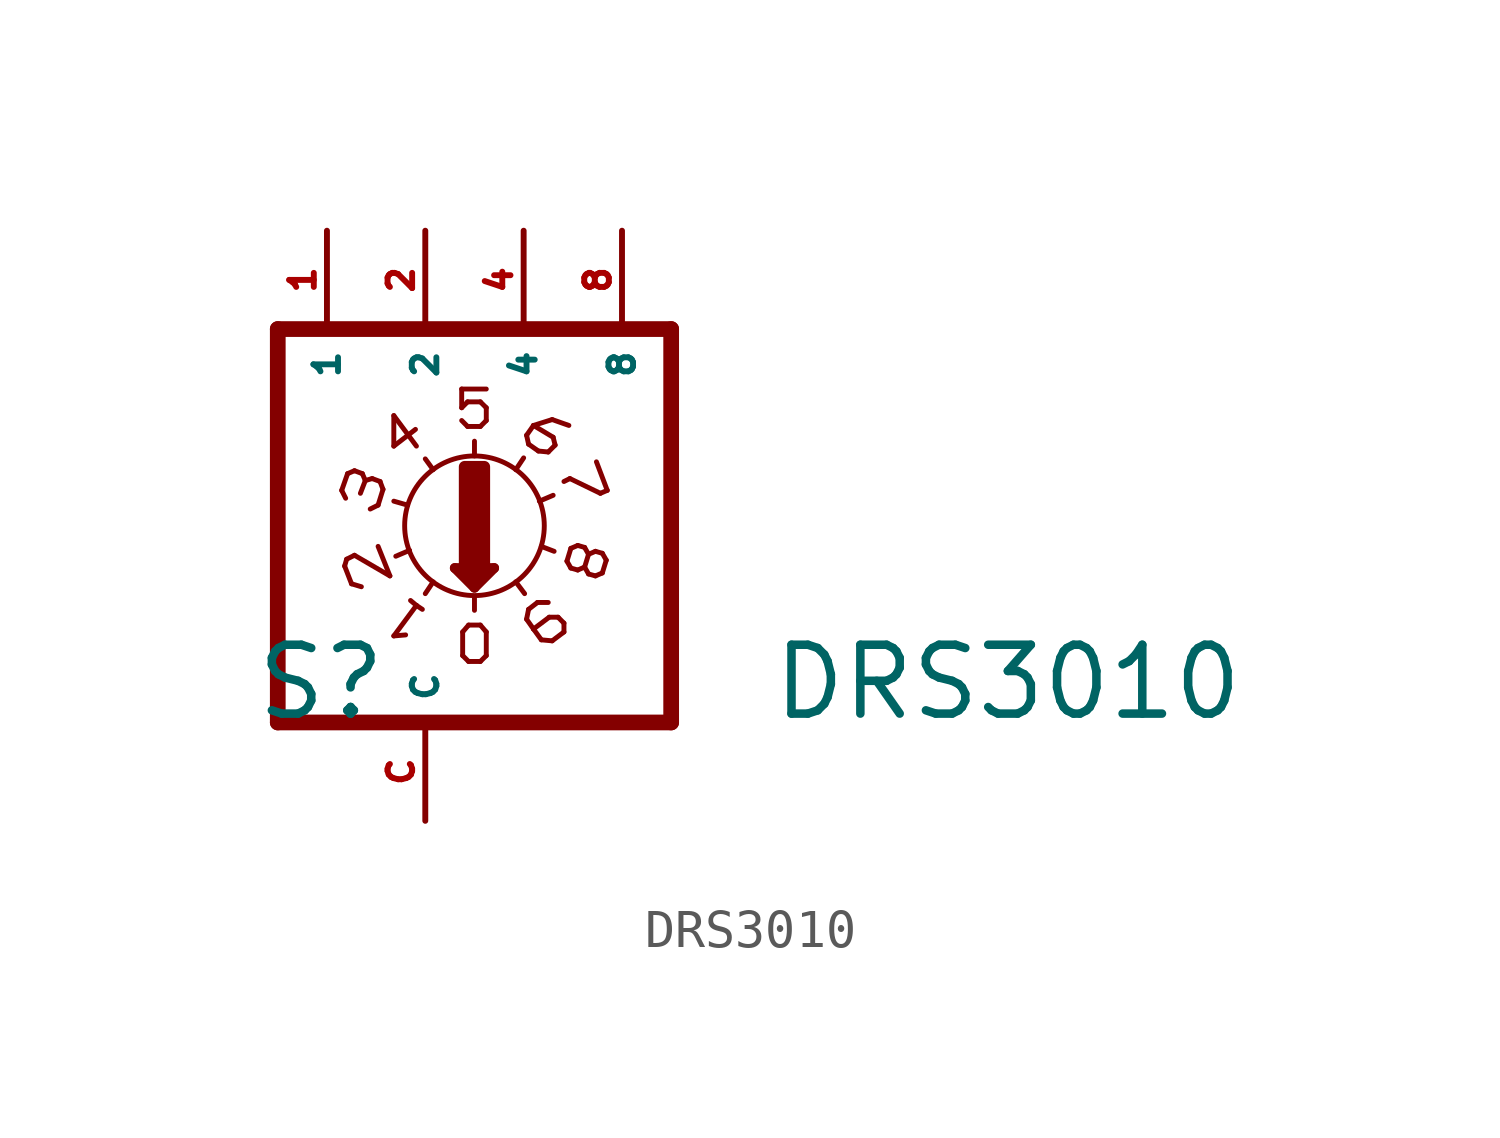
<source format=kicad_sym>
(kicad_symbol_lib
  (version 20220914)
  (generator Eagle2Kicad)
  (symbol "DRS3010"
    (property "Reference" "S"
      (at -4.445 -5.08 0)
      (effects (font (size 1.778 1.778) (thickness 0.22)) (justify left bottom)))
    (property "Value" "DRS3010"
      (at 8.89 -5.08 0)
      (effects (font (size 1.778 1.778) (thickness 0.22)) (justify left bottom)))
    (polyline
      (pts (xy 6.35 -5.08) (xy 6.35 5.08))
      (stroke (width 0.406) (type default))
      (fill (type none)))
    (polyline
      (pts (xy 1.27 1.803) (xy 1.27 2.184))
      (stroke (width 0.127) (type default))
      (fill (type none)))
    (polyline
      (pts (xy 0.762 -1.092) (xy 1.27 -1.6))
      (stroke (width 0.254) (type default))
      (fill (type none)))
    (polyline
      (pts (xy 1.27 -1.6) (xy 1.778 -1.092))
      (stroke (width 0.254) (type default))
      (fill (type none)))
    (polyline
      (pts (xy 1.778 -1.092) (xy 0.762 -1.092))
      (stroke (width 0.254) (type default))
      (fill (type none)))
    (polyline
      (pts (xy 1.27 -1.829) (xy 1.27 -2.184))
      (stroke (width 0.127) (type default))
      (fill (type none)))
    (polyline
      (pts (xy 1.016 -1.219) (xy 1.524 -1.219))
      (stroke (width 0.254) (type default))
      (fill (type none)))
    (polyline
      (pts (xy 1.27 -1.473) (xy 1.27 -1.346))
      (stroke (width 0.254) (type default))
      (fill (type none)))
    (polyline
      (pts (xy -3.81 -5.08) (xy -3.81 5.08))
      (stroke (width 0.406) (type default))
      (fill (type none)))
    (polyline
      (pts (xy 1.118 -3.505) (xy 1.422 -3.505))
      (stroke (width 0.127) (type default))
      (fill (type none)))
    (polyline
      (pts (xy 1.422 -3.505) (xy 1.575 -3.353))
      (stroke (width 0.127) (type default))
      (fill (type none)))
    (polyline
      (pts (xy 1.575 -3.353) (xy 1.575 -2.743))
      (stroke (width 0.127) (type default))
      (fill (type none)))
    (polyline
      (pts (xy 1.575 -2.743) (xy 1.422 -2.565))
      (stroke (width 0.127) (type default))
      (fill (type none)))
    (polyline
      (pts (xy 1.422 -2.565) (xy 1.118 -2.565))
      (stroke (width 0.127) (type default))
      (fill (type none)))
    (polyline
      (pts (xy 1.118 -2.565) (xy 0.965 -2.743))
      (stroke (width 0.127) (type default))
      (fill (type none)))
    (polyline
      (pts (xy 0.965 -2.743) (xy 0.965 -3.353))
      (stroke (width 0.127) (type default))
      (fill (type none)))
    (polyline
      (pts (xy 0.965 -3.353) (xy 1.118 -3.505))
      (stroke (width 0.127) (type default))
      (fill (type none)))
    (polyline
      (pts (xy 0.94 2.718) (xy 1.092 2.565))
      (stroke (width 0.127) (type default))
      (fill (type none)))
    (polyline
      (pts (xy 1.092 2.565) (xy 1.422 2.565))
      (stroke (width 0.127) (type default))
      (fill (type none)))
    (polyline
      (pts (xy 1.422 2.565) (xy 1.575 2.718))
      (stroke (width 0.127) (type default))
      (fill (type none)))
    (polyline
      (pts (xy 1.575 3.048) (xy 1.575 2.718))
      (stroke (width 0.127) (type default))
      (fill (type none)))
    (polyline
      (pts (xy 1.575 3.048) (xy 1.422 3.2))
      (stroke (width 0.127) (type default))
      (fill (type none)))
    (polyline
      (pts (xy 1.422 3.2) (xy 1.092 3.2))
      (stroke (width 0.127) (type default))
      (fill (type none)))
    (polyline
      (pts (xy 1.092 3.2) (xy 0.94 3.048))
      (stroke (width 0.127) (type default))
      (fill (type none)))
    (polyline
      (pts (xy 0.94 3.048) (xy 0.94 3.531))
      (stroke (width 0.127) (type default))
      (fill (type none)))
    (polyline
      (pts (xy 1.575 3.531) (xy 0.94 3.531))
      (stroke (width 0.127) (type default))
      (fill (type none)))
    (polyline
      (pts (xy -0.381 -1.93) (xy -0.229 -2.057))
      (stroke (width 0.127) (type default))
      (fill (type none)))
    (polyline
      (pts (xy 0.203 -1.448) (xy 0 -1.753))
      (stroke (width 0.127) (type default))
      (fill (type none)))
    (polyline
      (pts (xy -0.229 -2.057) (xy -0.813 -2.845))
      (stroke (width 0.127) (type default))
      (fill (type none)))
    (polyline
      (pts (xy -0.229 -2.057) (xy -0.076 -2.159))
      (stroke (width 0.127) (type default))
      (fill (type none)))
    (polyline
      (pts (xy -0.813 -2.845) (xy -0.508 -2.819))
      (stroke (width 0.127) (type default))
      (fill (type none)))
    (polyline
      (pts (xy -1.219 -0.533) (xy -0.914 -1.295))
      (stroke (width 0.127) (type default))
      (fill (type none)))
    (polyline
      (pts (xy -0.914 -1.295) (xy -1.829 -0.762))
      (stroke (width 0.127) (type default))
      (fill (type none)))
    (polyline
      (pts (xy -1.829 -0.762) (xy -2.032 -0.864))
      (stroke (width 0.127) (type default))
      (fill (type none)))
    (polyline
      (pts (xy -2.032 -0.864) (xy -2.083 -1.041))
      (stroke (width 0.127) (type default))
      (fill (type none)))
    (polyline
      (pts (xy -2.083 -1.041) (xy -1.905 -1.499))
      (stroke (width 0.127) (type default))
      (fill (type none)))
    (polyline
      (pts (xy -1.905 -1.499) (xy -1.651 -1.575))
      (stroke (width 0.127) (type default))
      (fill (type none)))
    (polyline
      (pts (xy -0.406 -0.635) (xy -0.762 -0.787))
      (stroke (width 0.127) (type default))
      (fill (type none)))
    (polyline
      (pts (xy -0.457 0.533) (xy -0.813 0.635))
      (stroke (width 0.127) (type default))
      (fill (type none)))
    (polyline
      (pts (xy -1.219 0.533) (xy -1.092 0.94))
      (stroke (width 0.127) (type default))
      (fill (type none)))
    (polyline
      (pts (xy -1.092 0.94) (xy -1.168 1.143))
      (stroke (width 0.127) (type default))
      (fill (type none)))
    (polyline
      (pts (xy -1.168 1.143) (xy -1.372 1.219))
      (stroke (width 0.127) (type default))
      (fill (type none)))
    (polyline
      (pts (xy -1.549 1.168) (xy -1.626 1.346))
      (stroke (width 0.127) (type default))
      (fill (type none)))
    (polyline
      (pts (xy -1.549 1.168) (xy -1.676 0.838))
      (stroke (width 0.127) (type default))
      (fill (type none)))
    (polyline
      (pts (xy -1.626 1.346) (xy -1.829 1.422))
      (stroke (width 0.127) (type default))
      (fill (type none)))
    (polyline
      (pts (xy -1.829 1.422) (xy -2.007 1.346))
      (stroke (width 0.127) (type default))
      (fill (type none)))
    (polyline
      (pts (xy -2.007 1.346) (xy -2.159 0.914))
      (stroke (width 0.127) (type default))
      (fill (type none)))
    (polyline
      (pts (xy -2.159 0.914) (xy -2.057 0.711))
      (stroke (width 0.127) (type default))
      (fill (type none)))
    (polyline
      (pts (xy -1.219 0.533) (xy -1.422 0.432))
      (stroke (width 0.127) (type default))
      (fill (type none)))
    (polyline
      (pts (xy -1.372 1.219) (xy -1.549 1.168))
      (stroke (width 0.127) (type default))
      (fill (type none)))
    (polyline
      (pts (xy -0.813 2.845) (xy -0.813 2.057))
      (stroke (width 0.127) (type default))
      (fill (type none)))
    (polyline
      (pts (xy -0.813 2.057) (xy -0.254 2.489))
      (stroke (width 0.127) (type default))
      (fill (type none)))
    (polyline
      (pts (xy -0.813 2.845) (xy -0.229 2.057))
      (stroke (width 0.127) (type default))
      (fill (type none)))
    (polyline
      (pts (xy 0.203 1.448) (xy 0 1.727))
      (stroke (width 0.127) (type default))
      (fill (type none)))
    (polyline
      (pts (xy 2.337 1.448) (xy 2.54 1.753))
      (stroke (width 0.127) (type default))
      (fill (type none)))
    (polyline
      (pts (xy 2.946 0.635) (xy 3.302 0.787))
      (stroke (width 0.127) (type default))
      (fill (type none)))
    (polyline
      (pts (xy 2.667 2.108) (xy 2.921 1.93))
      (stroke (width 0.127) (type default))
      (fill (type none)))
    (polyline
      (pts (xy 2.921 1.93) (xy 3.175 1.905))
      (stroke (width 0.127) (type default))
      (fill (type none)))
    (polyline
      (pts (xy 3.175 1.905) (xy 3.353 2.083))
      (stroke (width 0.127) (type default))
      (fill (type none)))
    (polyline
      (pts (xy 3.353 2.083) (xy 3.302 2.286))
      (stroke (width 0.127) (type default))
      (fill (type none)))
    (polyline
      (pts (xy 3.302 2.286) (xy 2.794 2.591))
      (stroke (width 0.127) (type default))
      (fill (type none)))
    (polyline
      (pts (xy 2.794 2.591) (xy 3.277 2.743))
      (stroke (width 0.127) (type default))
      (fill (type none)))
    (polyline
      (pts (xy 3.277 2.743) (xy 3.708 2.591))
      (stroke (width 0.127) (type default))
      (fill (type none)))
    (polyline
      (pts (xy 2.667 2.108) (xy 2.616 2.337))
      (stroke (width 0.127) (type default))
      (fill (type none)))
    (polyline
      (pts (xy 2.616 2.337) (xy 2.794 2.591))
      (stroke (width 0.127) (type default))
      (fill (type none)))
    (polyline
      (pts (xy 4.42 1.651) (xy 4.699 0.914))
      (stroke (width 0.127) (type default))
      (fill (type none)))
    (polyline
      (pts (xy 4.699 0.914) (xy 4.521 0.838))
      (stroke (width 0.127) (type default))
      (fill (type none)))
    (polyline
      (pts (xy 4.521 0.838) (xy 3.734 1.219))
      (stroke (width 0.127) (type default))
      (fill (type none)))
    (polyline
      (pts (xy 3.734 1.219) (xy 3.581 1.143))
      (stroke (width 0.127) (type default))
      (fill (type none)))
    (polyline
      (pts (xy 4.216 -0.737) (xy 4.115 -0.559))
      (stroke (width 0.127) (type default))
      (fill (type none)))
    (polyline
      (pts (xy 4.115 -0.559) (xy 3.937 -0.508))
      (stroke (width 0.127) (type default))
      (fill (type none)))
    (polyline
      (pts (xy 3.937 -0.508) (xy 3.759 -0.584))
      (stroke (width 0.127) (type default))
      (fill (type none)))
    (polyline
      (pts (xy 4.115 -1.067) (xy 4.216 -0.737))
      (stroke (width 0.127) (type default))
      (fill (type none)))
    (polyline
      (pts (xy 3.759 -0.584) (xy 3.658 -0.914))
      (stroke (width 0.127) (type default))
      (fill (type none)))
    (polyline
      (pts (xy 3.658 -0.914) (xy 3.759 -1.092))
      (stroke (width 0.127) (type default))
      (fill (type none)))
    (polyline
      (pts (xy 3.759 -1.092) (xy 3.937 -1.143))
      (stroke (width 0.127) (type default))
      (fill (type none)))
    (polyline
      (pts (xy 3.937 -1.143) (xy 4.115 -1.067))
      (stroke (width 0.127) (type default))
      (fill (type none)))
    (polyline
      (pts (xy 4.674 -0.889) (xy 4.572 -0.711))
      (stroke (width 0.127) (type default))
      (fill (type none)))
    (polyline
      (pts (xy 4.572 -0.711) (xy 4.394 -0.66))
      (stroke (width 0.127) (type default))
      (fill (type none)))
    (polyline
      (pts (xy 4.394 -0.66) (xy 4.216 -0.737))
      (stroke (width 0.127) (type default))
      (fill (type none)))
    (polyline
      (pts (xy 4.572 -1.219) (xy 4.674 -0.889))
      (stroke (width 0.127) (type default))
      (fill (type none)))
    (polyline
      (pts (xy 4.115 -1.067) (xy 4.216 -1.245))
      (stroke (width 0.127) (type default))
      (fill (type none)))
    (polyline
      (pts (xy 4.216 -1.245) (xy 4.394 -1.295))
      (stroke (width 0.127) (type default))
      (fill (type none)))
    (polyline
      (pts (xy 4.394 -1.295) (xy 4.572 -1.219))
      (stroke (width 0.127) (type default))
      (fill (type none)))
    (polyline
      (pts (xy 2.667 -2.159) (xy 2.896 -1.981))
      (stroke (width 0.127) (type default))
      (fill (type none)))
    (polyline
      (pts (xy 2.896 -1.981) (xy 3.175 -1.981))
      (stroke (width 0.127) (type default))
      (fill (type none)))
    (polyline
      (pts (xy 2.667 -2.159) (xy 2.616 -2.413))
      (stroke (width 0.127) (type default))
      (fill (type none)))
    (polyline
      (pts (xy 2.616 -2.413) (xy 2.794 -2.667))
      (stroke (width 0.127) (type default))
      (fill (type none)))
    (polyline
      (pts (xy 2.997 -2.946) (xy 3.277 -2.972))
      (stroke (width 0.127) (type default))
      (fill (type none)))
    (polyline
      (pts (xy 3.277 -2.972) (xy 3.581 -2.743))
      (stroke (width 0.127) (type default))
      (fill (type none)))
    (polyline
      (pts (xy 3.581 -2.743) (xy 3.581 -2.515))
      (stroke (width 0.127) (type default))
      (fill (type none)))
    (polyline
      (pts (xy 3.581 -2.515) (xy 3.429 -2.362))
      (stroke (width 0.127) (type default))
      (fill (type none)))
    (polyline
      (pts (xy 3.429 -2.362) (xy 3.2 -2.362))
      (stroke (width 0.127) (type default))
      (fill (type none)))
    (polyline
      (pts (xy 3.2 -2.362) (xy 2.794 -2.667))
      (stroke (width 0.127) (type default))
      (fill (type none)))
    (polyline
      (pts (xy 2.794 -2.667) (xy 2.997 -2.946))
      (stroke (width 0.127) (type default))
      (fill (type none)))
    (polyline
      (pts (xy 2.997 -0.533) (xy 3.327 -0.66))
      (stroke (width 0.127) (type default))
      (fill (type none)))
    (polyline
      (pts (xy 2.337 -1.448) (xy 2.565 -1.753))
      (stroke (width 0.127) (type default))
      (fill (type none)))
    (polyline
      (pts (xy -3.81 -5.08) (xy 6.35 -5.08))
      (stroke (width 0.406) (type default))
      (fill (type none)))
    (polyline
      (pts (xy 6.35 5.08) (xy -3.81 5.08))
      (stroke (width 0.406) (type default))
      (fill (type none)))
    (circle
      (center 1.27 0)
      (radius 1.803)
      (stroke (width 0.127) (type default))
      (fill (type none)))
    (rectangle
      (start 1.016 -1.016)
      (end 1.524 1.524)
      (stroke (width 0.3) (type default))
      (fill (type outline)))
    (pin passive line
      (at 5.08 7.62 270)
      (length 2.54)
      (name "8" (effects (font (size 0.635 0.635) (thickness 0.08)) (justify left bottom)))
      (number "8" (effects (font (size 0.635 0.635) (thickness 0.08)) (justify left bottom))))
    (pin passive line
      (at 2.54 7.62 270)
      (length 2.54)
      (name "4" (effects (font (size 0.635 0.635) (thickness 0.08)) (justify left bottom)))
      (number "4" (effects (font (size 0.635 0.635) (thickness 0.08)) (justify left bottom))))
    (pin passive line
      (at 0 7.62 270)
      (length 2.54)
      (name "2" (effects (font (size 0.635 0.635) (thickness 0.08)) (justify left bottom)))
      (number "2" (effects (font (size 0.635 0.635) (thickness 0.08)) (justify left bottom))))
    (pin passive line
      (at -2.54 7.62 270)
      (length 2.54)
      (name "1" (effects (font (size 0.635 0.635) (thickness 0.08)) (justify left bottom)))
      (number "1" (effects (font (size 0.635 0.635) (thickness 0.08)) (justify left bottom))))
    (pin passive line
      (at 0 -7.62 90)
      (length 2.54)
      (name "C" (effects (font (size 0.635 0.635) (thickness 0.08)) (justify left bottom)))
      (number "C" (effects (font (size 0.635 0.635) (thickness 0.08)) (justify left bottom))))))
</source>
